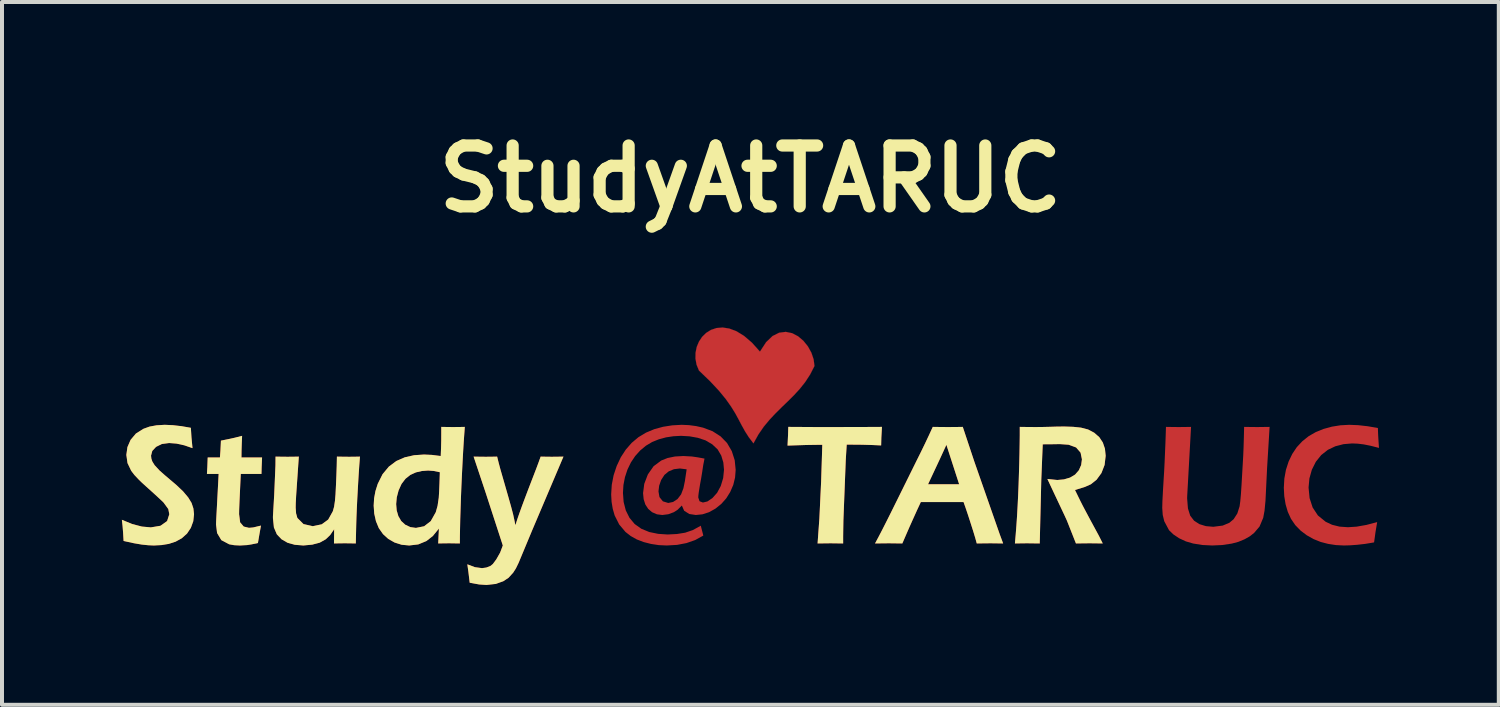
<source format=kicad_pcb>
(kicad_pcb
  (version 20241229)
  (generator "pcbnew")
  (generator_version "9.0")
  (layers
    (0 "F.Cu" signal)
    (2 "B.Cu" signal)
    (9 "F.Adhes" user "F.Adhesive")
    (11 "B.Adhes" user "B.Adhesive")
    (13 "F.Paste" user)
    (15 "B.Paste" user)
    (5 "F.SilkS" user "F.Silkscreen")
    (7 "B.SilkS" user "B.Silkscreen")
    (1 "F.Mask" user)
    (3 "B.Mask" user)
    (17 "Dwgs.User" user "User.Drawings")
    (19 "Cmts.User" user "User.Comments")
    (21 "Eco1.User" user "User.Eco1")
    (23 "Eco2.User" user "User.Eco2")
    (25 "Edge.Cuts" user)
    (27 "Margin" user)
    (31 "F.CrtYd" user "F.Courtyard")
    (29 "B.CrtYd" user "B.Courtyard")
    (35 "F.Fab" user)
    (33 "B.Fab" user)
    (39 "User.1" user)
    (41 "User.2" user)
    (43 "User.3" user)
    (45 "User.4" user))
  (footprint "StudyAtTARUC"
    (layer "F.Cu")
    (at 15.731 8.032)
    (property "Reference" "StudyAtTARUC" (at 0 -6.606 0) (layer "F.SilkS") (effects (font (size 1.524 1.524) (thickness 0.305))))
    (attr smd)
    (fp_poly (pts (xy 1.681 2.519) (xy 1.726 1.895) (xy 1.77 0.965) (xy 1.799 0.051) (xy 1.657 0.051) (xy 1.525 0.053) (xy 1.399 0.055) (xy 0.929 0.07) (xy 0.942 -0.201) (xy 0.948 -0.398) (xy 1.184 -0.397) (xy 1.424 -0.395) (xy 1.669 -0.394) (xy 1.919 -0.394) (xy 2.173 -0.394) (xy 2.902 -0.396) (xy 3.292 -0.398) (xy 3.277 -0.132) (xy 3.272 0.066) (xy 3.03 0.055) (xy 2.795 0.048) (xy 2.567 0.046) (xy 2.41 0.046) (xy 2.386 0.437) (xy 2.327 1.942) (xy 2.323 2.194) (xy 2.321 2.353) (xy 2.321 2.519) (xy 2.012 2.515) (xy 1.904 2.516) (xy 1.681 2.519) (xy 1.681 2.519)) (stroke (width 0) (type solid)) (fill yes) (layer "F.Cu"))
    (fp_poly (pts (xy -12.249 2.072) (xy -12.28 2.24) (xy -12.326 2.508) (xy -12.478 2.541) (xy -12.594 2.56) (xy -12.777 2.57) (xy -12.92 2.563) (xy -13.047 2.54) (xy -13.242 2.436) (xy -13.348 2.258) (xy -13.374 2.047) (xy -13.372 1.972) (xy -13.367 1.873) (xy -13.356 1.668) (xy -13.309 0.779) (xy -13.602 0.779) (xy -13.592 0.612) (xy -13.583 0.367) (xy -13.277 0.367) (xy -13.264 0.2) (xy -13.252 -0.054) (xy -13.013 -0.103) (xy -12.902 -0.128) (xy -12.722 -0.174) (xy -12.73 0.014) (xy -12.736 0.195) (xy -12.738 0.367) (xy -12.222 0.367) (xy -12.233 0.614) (xy -12.237 0.779) (xy -12.755 0.779) (xy -12.773 1.168) (xy -12.787 1.466) (xy -12.795 1.672) (xy -12.797 1.786) (xy -12.771 1.991) (xy -12.681 2.096) (xy -12.551 2.128) (xy -12.446 2.119) (xy -12.249 2.072) (xy -12.249 2.072)) (stroke (width 0) (type solid)) (fill yes) (layer "F.Cu"))
    (fp_poly (pts (xy 3.119 2.519) (xy 3.207 2.354) (xy 4.446 1.038) (xy 5.224 1.038) (xy 4.905 0.051) (xy 4.74 0.41) (xy 4.446 1.038) (xy 3.207 2.354) (xy 3.3 2.175) (xy 3.399 1.98) (xy 3.504 1.771) (xy 3.615 1.547) (xy 4.149 0.467) (xy 4.269 0.226) (xy 4.378 0.001) (xy 4.476 -0.207) (xy 4.564 -0.398) (xy 4.789 -0.395) (xy 4.937 -0.394) (xy 5.128 -0.395) (xy 5.315 -0.398) (xy 5.606 0.476) (xy 6.238 2.284) (xy 6.325 2.519) (xy 6.02 2.515) (xy 5.879 2.516) (xy 5.665 2.519) (xy 5.626 2.378) (xy 5.574 2.207) (xy 5.51 2.006) (xy 5.445 1.805) (xy 5.386 1.63) (xy 5.334 1.483) (xy 4.265 1.483) (xy 4.17 1.687) (xy 4.077 1.893) (xy 3.984 2.1) (xy 3.893 2.309) (xy 3.802 2.519) (xy 3.471 2.515) (xy 3.336 2.516) (xy 3.119 2.519) (xy 3.119 2.519)) (stroke (width 0) (type solid)) (fill yes) (layer "F.Cu"))
    (fp_poly (pts (xy -7.026 3.502) (xy -7.059 3.226) (xy -7.085 3.041) (xy -6.895 3.113) (xy -6.717 3.137) (xy -6.609 3.122) (xy -6.508 3.083) (xy -6.447 3.034) (xy -6.36 2.917) (xy -6.264 2.748) (xy -6.197 2.57) (xy -6.62 1.269) (xy -6.928 0.346) (xy -6.745 0.349) (xy -6.622 0.35) (xy -6.497 0.349) (xy -6.339 0.346) (xy -6.298 0.511) (xy -6.26 0.653) (xy -6.067 1.324) (xy -5.99 1.596) (xy -5.939 1.79) (xy -5.913 1.909) (xy -5.882 2.062) (xy -5.825 1.885) (xy -5.776 1.745) (xy -5.717 1.581) (xy -5.643 1.383) (xy -5.555 1.151) (xy -5.358 0.64) (xy -5.305 0.498) (xy -5.25 0.346) (xy -5.089 0.349) (xy -4.972 0.35) (xy -4.855 0.349) (xy -4.679 0.346) (xy -5.462 2.19) (xy -5.801 3.004) (xy -5.87 3.145) (xy -5.937 3.25) (xy -6.053 3.378) (xy -6.183 3.464) (xy -6.372 3.532) (xy -6.605 3.558) (xy -6.792 3.545) (xy -7.026 3.502) (xy -7.026 3.502)) (stroke (width 0) (type solid)) (fill yes) (layer "F.Cu"))
    (fp_poly (pts (xy 0.239 -2.282) (xy 0.392 -2.517) (xy 0.554 -2.672) (xy 0.72 -2.755) (xy 0.885 -2.776) (xy 1.045 -2.743) (xy 1.193 -2.665) (xy 1.326 -2.552) (xy 1.439 -2.412) (xy 1.526 -2.254) (xy 1.582 -2.088) (xy 1.603 -1.922) (xy 1.494 -1.709) (xy 1.37 -1.519) (xy 1.234 -1.348) (xy 1.088 -1.189) (xy 0.936 -1.038) (xy 0.782 -0.89) (xy 0.628 -0.737) (xy 0.477 -0.576) (xy 0.332 -0.401) (xy 0.198 -0.206) (xy 0.076 0.014) (xy -0.043 -0.143) (xy -0.137 -0.291) (xy -0.218 -0.437) (xy -0.296 -0.585) (xy -0.381 -0.741) (xy -0.485 -0.909) (xy -0.616 -1.094) (xy -0.787 -1.303) (xy -1.008 -1.539) (xy -1.288 -1.809) (xy -1.348 -1.955) (xy -1.375 -2.105) (xy -1.373 -2.254) (xy -1.344 -2.398) (xy -1.288 -2.532) (xy -1.209 -2.651) (xy -1.108 -2.75) (xy -0.988 -2.825) (xy -0.849 -2.872) (xy -0.695 -2.885) (xy -0.528 -2.859) (xy -0.348 -2.791) (xy -0.159 -2.675) (xy 0.037 -2.507) (xy 0.239 -2.282)) (stroke (width 0.003) (type solid)) (fill yes) (layer "F.Cu"))
    (fp_poly (pts (xy -9.876 2.519) (xy -10.034 2.516) (xy -10.15 2.515) (xy -10.278 2.516) (xy -10.422 2.519) (xy -10.418 2.164) (xy -10.518 2.31) (xy -10.63 2.416) (xy -10.78 2.5) (xy -10.967 2.549) (xy -11.188 2.57) (xy -11.401 2.553) (xy -11.584 2.502) (xy -11.736 2.414) (xy -11.853 2.29) (xy -11.926 2.119) (xy -11.95 1.886) (xy -11.95 1.842) (xy -11.918 1.29) (xy -11.887 0.564) (xy -11.885 0.346) (xy -11.713 0.349) (xy -11.582 0.35) (xy -11.454 0.349) (xy -11.302 0.346) (xy -11.369 1.32) (xy -11.379 1.512) (xy -11.381 1.624) (xy -11.371 1.765) (xy -11.339 1.88) (xy -11.186 2.034) (xy -10.953 2.087) (xy -10.729 2.04) (xy -10.567 1.921) (xy -10.451 1.713) (xy -10.42 1.601) (xy -10.398 1.453) (xy -10.384 1.293) (xy -10.372 1.049) (xy -10.362 0.817) (xy -10.354 0.582) (xy -10.349 0.346) (xy -10.172 0.349) (xy -10.043 0.35) (xy -9.915 0.349) (xy -9.772 0.346) (xy -9.789 0.566) (xy -9.806 0.821) (xy -9.823 1.111) (xy -9.839 1.398) (xy -9.851 1.65) (xy -9.86 1.867) (xy -9.866 2.072) (xy -9.871 2.289) (xy -9.876 2.519) (xy -9.876 2.519)) (stroke (width 0) (type solid)) (fill yes) (layer "F.Cu"))
    (fp_poly (pts (xy 10.4 -0.398) (xy 10.598 -0.395) (xy 10.719 -0.394) (xy 10.848 -0.395) (xy 11.028 -0.398) (xy 10.932 1.326) (xy 10.93 1.391) (xy 10.95 1.643) (xy 11.007 1.824) (xy 11.104 1.95) (xy 11.237 2.036) (xy 11.4 2.086) (xy 11.584 2.102) (xy 11.82 2.072) (xy 11.987 2.002) (xy 12.094 1.912) (xy 12.186 1.769) (xy 12.243 1.589) (xy 12.26 1.463) (xy 12.276 1.287) (xy 12.291 1.061) (xy 12.334 0.318) (xy 12.343 0.094) (xy 12.35 -0.145) (xy 12.356 -0.398) (xy 12.556 -0.395) (xy 12.698 -0.394) (xy 12.994 -0.398) (xy 12.931 0.632) (xy 12.891 1.45) (xy 12.867 1.7) (xy 12.834 1.878) (xy 12.742 2.096) (xy 12.606 2.256) (xy 12.496 2.342) (xy 12.369 2.414) (xy 12.212 2.479) (xy 12.046 2.523) (xy 11.806 2.559) (xy 11.56 2.57) (xy 11.312 2.558) (xy 11.081 2.521) (xy 10.897 2.467) (xy 10.729 2.389) (xy 10.587 2.294) (xy 10.477 2.188) (xy 10.357 1.963) (xy 10.319 1.805) (xy 10.307 1.63) (xy 10.311 1.465) (xy 10.325 1.203) (xy 10.343 0.901) (xy 10.354 0.727) (xy 10.366 0.487) (xy 10.386 0.023) (xy 10.393 -0.178) (xy 10.4 -0.398) (xy 10.4 -0.398)) (stroke (width 0) (type solid)) (fill yes) (layer "F.Cu"))
    (fp_poly (pts (xy 15.686 1.985) (xy 15.644 2.237) (xy 15.609 2.493) (xy 15.387 2.53) (xy 15.184 2.553) (xy 15.005 2.566) (xy 14.853 2.57) (xy 14.653 2.56) (xy 14.458 2.53) (xy 14.27 2.481) (xy 14.092 2.409) (xy 13.925 2.315) (xy 13.77 2.198) (xy 13.636 2.06) (xy 13.529 1.903) (xy 13.449 1.728) (xy 13.394 1.539) (xy 13.361 1.338) (xy 13.35 1.126) (xy 13.363 0.895) (xy 13.403 0.676) (xy 13.47 0.469) (xy 13.561 0.279) (xy 13.675 0.109) (xy 13.813 -0.039) (xy 13.972 -0.166) (xy 14.15 -0.268) (xy 14.345 -0.347) (xy 14.553 -0.404) (xy 14.766 -0.438) (xy 14.985 -0.45) (xy 15.211 -0.441) (xy 15.451 -0.414) (xy 15.704 -0.37) (xy 15.71 -0.208) (xy 15.716 -0.101) (xy 15.731 0.128) (xy 15.52 0.074) (xy 15.349 0.04) (xy 15.2 0.022) (xy 15.058 0.016) (xy 14.845 0.034) (xy 14.64 0.087) (xy 14.452 0.176) (xy 14.286 0.307) (xy 14.151 0.475) (xy 14.051 0.675) (xy 13.99 0.893) (xy 13.969 1.121) (xy 13.995 1.385) (xy 14.071 1.619) (xy 14.203 1.819) (xy 14.396 1.976) (xy 14.558 2.052) (xy 14.744 2.098) (xy 14.953 2.113) (xy 15.17 2.099) (xy 15.415 2.056) (xy 15.686 1.985) (xy 15.686 1.985)) (stroke (width 0) (type solid)) (fill yes) (layer "F.Cu"))
    (fp_poly (pts (xy -15.688 2.457) (xy -15.7 2.254) (xy -15.714 2.077) (xy -15.731 1.927) (xy -15.473 2.033) (xy -15.232 2.096) (xy -15.007 2.117) (xy -14.766 2.077) (xy -14.599 1.959) (xy -14.544 1.788) (xy -14.569 1.658) (xy -14.69 1.493) (xy -14.79 1.398) (xy -14.93 1.269) (xy -15.111 1.106) (xy -15.233 0.995) (xy -15.31 0.92) (xy -15.418 0.805) (xy -15.497 0.702) (xy -15.59 0.508) (xy -15.619 0.303) (xy -15.592 0.108) (xy -15.513 -0.073) (xy -15.38 -0.231) (xy -15.194 -0.349) (xy -15.04 -0.405) (xy -14.861 -0.438) (xy -14.658 -0.45) (xy -14.456 -0.441) (xy -14.238 -0.416) (xy -14.004 -0.375) (xy -13.989 -0.136) (xy -13.963 0.134) (xy -14.169 0.063) (xy -14.364 0.02) (xy -14.548 0.006) (xy -14.73 0.03) (xy -14.875 0.102) (xy -14.97 0.204) (xy -15.001 0.322) (xy -14.993 0.395) (xy -14.969 0.467) (xy -14.912 0.559) (xy -14.79 0.692) (xy -14.652 0.814) (xy -14.37 1.053) (xy -14.199 1.215) (xy -14.071 1.367) (xy -13.986 1.506) (xy -13.941 1.643) (xy -13.925 1.788) (xy -13.944 1.963) (xy -14.004 2.128) (xy -14.1 2.272) (xy -14.231 2.389) (xy -14.387 2.475) (xy -14.556 2.53) (xy -14.738 2.56) (xy -14.93 2.57) (xy -15.071 2.564) (xy -15.233 2.547) (xy -15.433 2.513) (xy -15.688 2.457) (xy -15.688 2.457)) (stroke (width 0) (type solid)) (fill yes) (layer "F.Cu"))
    (fp_poly (pts (xy 6.62 2.519) (xy 6.639 2.301) (xy 6.657 2.073) (xy 6.673 1.835) (xy 6.687 1.585) (xy 6.7 1.325) (xy 6.711 1.055) (xy 6.72 0.785) (xy 6.728 0.526) (xy 6.734 0.278) (xy 6.738 0.042) (xy 6.741 -0.184) (xy 6.741 -0.398) (xy 6.965 -0.395) (xy 7.15 -0.394) (xy 7.324 -0.396) (xy 7.495 -0.4) (xy 7.67 -0.405) (xy 7.855 -0.407) (xy 8.078 -0.4) (xy 8.275 -0.379) (xy 8.451 -0.333) (xy 8.606 -0.251) (xy 8.732 -0.14) (xy 8.82 -0.007) (xy 8.873 0.148) (xy 8.891 0.326) (xy 8.864 0.555) (xy 8.785 0.758) (xy 8.663 0.925) (xy 8.521 1.038) (xy 8.362 1.108) (xy 8.123 1.181) (xy 8.261 1.463) (xy 8.319 1.577) (xy 8.404 1.738) (xy 8.515 1.946) (xy 8.72 2.324) (xy 8.818 2.519) (xy 8.612 2.516) (xy 8.49 2.515) (xy 8.356 2.516) (xy 8.147 2.519) (xy 7.922 1.95) (xy 7.857 1.808) (xy 7.779 1.643) (xy 7.534 1.123) (xy 7.432 0.905) (xy 7.68 0.931) (xy 7.847 0.916) (xy 7.999 0.871) (xy 8.126 0.795) (xy 8.22 0.687) (xy 8.278 0.556) (xy 8.297 0.414) (xy 8.263 0.247) (xy 8.151 0.117) (xy 7.962 0.048) (xy 7.743 0.033) (xy 7.576 0.036) (xy 7.316 0.038) (xy 7.28 0.916) (xy 7.241 2.519) (xy 6.926 2.515) (xy 6.812 2.516) (xy 6.62 2.519)) (stroke (width 0) (type solid)) (fill yes) (layer "F.Cu"))
    (fp_poly (pts (xy -7.272 2.519) (xy -7.534 2.515) (xy -7.875 1.737) (xy -7.83 1.578) (xy -7.8 1.374) (xy -7.791 1.229) (xy -7.782 1.016) (xy -7.773 0.737) (xy -7.773 0.737) (xy -7.923 0.705) (xy -8.066 0.694) (xy -8.223 0.706) (xy -8.373 0.741) (xy -8.511 0.804) (xy -8.633 0.901) (xy -8.732 1.031) (xy -8.805 1.192) (xy -8.851 1.366) (xy -8.866 1.534) (xy -8.853 1.691) (xy -8.811 1.835) (xy -8.739 1.958) (xy -8.637 2.051) (xy -8.511 2.11) (xy -8.371 2.13) (xy -8.167 2.089) (xy -8.001 1.961) (xy -7.875 1.737) (xy -7.534 2.515) (xy -7.655 2.516) (xy -7.814 2.519) (xy -7.796 2.147) (xy -7.95 2.335) (xy -8.109 2.459) (xy -8.312 2.543) (xy -8.539 2.57) (xy -8.728 2.552) (xy -8.905 2.496) (xy -9.063 2.406) (xy -9.195 2.286) (xy -9.3 2.137) (xy -9.372 1.963) (xy -9.415 1.772) (xy -9.429 1.572) (xy -9.418 1.387) (xy -9.384 1.206) (xy -9.327 1.027) (xy -9.207 0.786) (xy -9.049 0.596) (xy -8.861 0.455) (xy -8.649 0.363) (xy -8.417 0.311) (xy -8.17 0.294) (xy -7.972 0.303) (xy -7.751 0.331) (xy -7.743 0.142) (xy -7.738 -0.052) (xy -7.737 -0.253) (xy -7.737 -0.398) (xy -7.568 -0.395) (xy -7.444 -0.394) (xy -7.304 -0.395) (xy -7.148 -0.398) (xy -7.162 -0.206) (xy -7.177 0.007) (xy -7.191 0.243) (xy -7.205 0.5) (xy -7.219 0.78) (xy -7.233 1.081) (xy -7.245 1.38) (xy -7.254 1.656) (xy -7.262 1.907) (xy -7.267 2.135) (xy -7.271 2.339) (xy -7.272 2.519) (xy -7.272 2.519)) (stroke (width 0) (type solid)) (fill yes) (layer "F.Cu"))
    (fp_poly (pts (xy -1.149 0.395) (xy -1.596 0.664) (xy -1.766 0.643) (xy -1.914 0.661) (xy -2.045 0.715) (xy -2.152 0.804) (xy -2.234 0.931) (xy -2.284 1.074) (xy -2.301 1.217) (xy -2.276 1.359) (xy -2.191 1.465) (xy -2.057 1.506) (xy -1.936 1.481) (xy -1.825 1.408) (xy -1.735 1.291) (xy -1.677 1.138) (xy -1.64 0.959) (xy -1.596 0.664) (xy -1.596 0.664) (xy -1.149 0.395) (xy -1.181 0.559) (xy -1.208 0.737) (xy -1.234 0.897) (xy -1.261 1.042) (xy -1.293 1.241) (xy -1.303 1.326) (xy -1.305 1.369) (xy -1.273 1.463) (xy -1.189 1.495) (xy -1.076 1.468) (xy -0.952 1.384) (xy -0.834 1.252) (xy -0.742 1.081) (xy -0.682 0.883) (xy -0.661 0.675) (xy -0.678 0.492) (xy -0.73 0.32) (xy -0.821 0.165) (xy -0.956 0.038) (xy -1.124 -0.061) (xy -1.317 -0.125) (xy -1.525 -0.162) (xy -1.738 -0.174) (xy -1.927 -0.164) (xy -2.112 -0.136) (xy -2.29 -0.088) (xy -2.459 -0.02) (xy -2.615 0.073) (xy -2.758 0.192) (xy -2.884 0.332) (xy -2.991 0.492) (xy -3.077 0.67) (xy -3.14 0.861) (xy -3.178 1.056) (xy -3.19 1.256) (xy -3.173 1.481) (xy -3.119 1.692) (xy -3.027 1.877) (xy -2.898 2.032) (xy -2.731 2.151) (xy -2.532 2.233) (xy -2.309 2.279) (xy -2.073 2.295) (xy -1.84 2.283) (xy -1.634 2.25) (xy -1.44 2.184) (xy -1.242 2.075) (xy -1.179 2.322) (xy -1.382 2.434) (xy -1.6 2.51) (xy -1.835 2.555) (xy -2.095 2.57) (xy -2.293 2.561) (xy -2.485 2.532) (xy -2.67 2.485) (xy -2.843 2.419) (xy -2.995 2.334) (xy -3.127 2.231) (xy -3.285 2.043) (xy -3.398 1.818) (xy -3.446 1.651) (xy -3.475 1.476) (xy -3.485 1.292) (xy -3.47 1.05) (xy -3.424 0.813) (xy -3.347 0.581) (xy -3.244 0.362) (xy -3.118 0.169) (xy -2.971 0.001) (xy -2.803 -0.14) (xy -2.614 -0.254) (xy -2.406 -0.341) (xy -2.185 -0.401) (xy -1.956 -0.437) (xy -1.72 -0.45) (xy -1.537 -0.442) (xy -1.358 -0.418) (xy -1.185 -0.379) (xy -0.948 -0.29) (xy -0.747 -0.161) (xy -0.585 0.005) (xy -0.466 0.209) (xy -0.393 0.436) (xy -0.369 0.677) (xy -0.384 0.869) (xy -0.429 1.054) (xy -0.505 1.23) (xy -0.606 1.392) (xy -0.73 1.531) (xy -0.877 1.649) (xy -1.036 1.737) (xy -1.199 1.79) (xy -1.366 1.807) (xy -1.531 1.782) (xy -1.659 1.7) (xy -1.716 1.57) (xy -1.825 1.679) (xy -1.917 1.737) (xy -2.055 1.788) (xy -2.205 1.807) (xy -2.34 1.79) (xy -2.461 1.737) (xy -2.559 1.653) (xy -2.63 1.544) (xy -2.672 1.412) (xy -2.687 1.26) (xy -2.657 1.028) (xy -2.567 0.792) (xy -2.423 0.586) (xy -2.232 0.444) (xy -2.074 0.381) (xy -1.889 0.343) (xy -1.679 0.331) (xy -1.462 0.343) (xy -1.325 0.363) (xy -1.149 0.395) (xy -1.149 0.395)) (stroke (width 0) (type solid)) (fill yes) (layer "F.Cu"))
    (fp_poly (pts (xy 0.239 -2.282) (xy 0.392 -2.517) (xy 0.554 -2.672) (xy 0.72 -2.755) (xy 0.885 -2.776) (xy 1.045 -2.743) (xy 1.193 -2.665) (xy 1.326 -2.552) (xy 1.439 -2.412) (xy 1.526 -2.254) (xy 1.582 -2.088) (xy 1.603 -1.922) (xy 1.494 -1.709) (xy 1.37 -1.519) (xy 1.234 -1.348) (xy 1.088 -1.189) (xy 0.936 -1.038) (xy 0.782 -0.89) (xy 0.628 -0.737) (xy 0.477 -0.576) (xy 0.332 -0.401) (xy 0.198 -0.206) (xy 0.076 0.014) (xy -0.043 -0.143) (xy -0.137 -0.291) (xy -0.218 -0.437) (xy -0.296 -0.585) (xy -0.381 -0.741) (xy -0.485 -0.909) (xy -0.616 -1.094) (xy -0.787 -1.303) (xy -1.008 -1.539) (xy -1.288 -1.809) (xy -1.348 -1.955) (xy -1.375 -2.105) (xy -1.373 -2.254) (xy -1.344 -2.398) (xy -1.288 -2.532) (xy -1.209 -2.651) (xy -1.108 -2.75) (xy -0.988 -2.825) (xy -0.849 -2.872) (xy -0.695 -2.885) (xy -0.528 -2.859) (xy -0.348 -2.791) (xy -0.159 -2.675) (xy 0.037 -2.507) (xy 0.239 -2.282)) (stroke (width 0.003) (type solid)) (fill yes) (layer "F.Mask"))
    (fp_poly (pts (xy 10.4 -0.398) (xy 10.598 -0.395) (xy 10.719 -0.394) (xy 10.848 -0.395) (xy 11.028 -0.398) (xy 10.932 1.326) (xy 10.93 1.391) (xy 10.949 1.643) (xy 11.007 1.824) (xy 11.104 1.95) (xy 11.237 2.036) (xy 11.4 2.086) (xy 11.584 2.102) (xy 11.82 2.072) (xy 11.987 2.002) (xy 12.094 1.912) (xy 12.186 1.769) (xy 12.243 1.589) (xy 12.26 1.463) (xy 12.276 1.287) (xy 12.291 1.061) (xy 12.334 0.318) (xy 12.343 0.094) (xy 12.35 -0.145) (xy 12.356 -0.398) (xy 12.556 -0.395) (xy 12.698 -0.394) (xy 12.994 -0.398) (xy 12.931 0.632) (xy 12.891 1.45) (xy 12.867 1.7) (xy 12.834 1.878) (xy 12.742 2.096) (xy 12.606 2.256) (xy 12.496 2.342) (xy 12.368 2.414) (xy 12.212 2.479) (xy 12.045 2.523) (xy 11.806 2.559) (xy 11.56 2.57) (xy 11.312 2.558) (xy 11.081 2.521) (xy 10.897 2.467) (xy 10.729 2.389) (xy 10.587 2.294) (xy 10.477 2.188) (xy 10.357 1.963) (xy 10.319 1.805) (xy 10.307 1.63) (xy 10.311 1.465) (xy 10.325 1.203) (xy 10.343 0.901) (xy 10.354 0.727) (xy 10.365 0.487) (xy 10.386 0.023) (xy 10.393 -0.178) (xy 10.4 -0.398) (xy 10.4 -0.398)) (stroke (width 0) (type solid)) (fill yes) (layer "F.Mask"))
    (fp_poly (pts (xy 15.686 1.985) (xy 15.644 2.237) (xy 15.609 2.493) (xy 15.387 2.53) (xy 15.184 2.553) (xy 15.005 2.566) (xy 14.853 2.57) (xy 14.653 2.56) (xy 14.458 2.53) (xy 14.27 2.481) (xy 14.092 2.409) (xy 13.925 2.315) (xy 13.77 2.198) (xy 13.636 2.06) (xy 13.529 1.903) (xy 13.449 1.728) (xy 13.394 1.539) (xy 13.361 1.338) (xy 13.35 1.126) (xy 13.363 0.895) (xy 13.403 0.676) (xy 13.47 0.469) (xy 13.561 0.279) (xy 13.675 0.109) (xy 13.813 -0.039) (xy 13.972 -0.166) (xy 14.15 -0.268) (xy 14.345 -0.347) (xy 14.553 -0.404) (xy 14.766 -0.438) (xy 14.985 -0.45) (xy 15.211 -0.441) (xy 15.451 -0.414) (xy 15.704 -0.37) (xy 15.71 -0.208) (xy 15.716 -0.101) (xy 15.731 0.128) (xy 15.52 0.074) (xy 15.349 0.04) (xy 15.2 0.022) (xy 15.058 0.016) (xy 14.845 0.034) (xy 14.64 0.087) (xy 14.452 0.176) (xy 14.286 0.307) (xy 14.151 0.475) (xy 14.051 0.675) (xy 13.99 0.893) (xy 13.969 1.121) (xy 13.995 1.385) (xy 14.071 1.619) (xy 14.203 1.819) (xy 14.396 1.976) (xy 14.558 2.052) (xy 14.744 2.098) (xy 14.953 2.113) (xy 15.17 2.099) (xy 15.415 2.056) (xy 15.686 1.985) (xy 15.686 1.985)) (stroke (width 0) (type solid)) (fill yes) (layer "F.Mask"))
    (fp_poly (pts (xy -1.149 0.395) (xy -1.596 0.664) (xy -1.766 0.642) (xy -1.914 0.661) (xy -2.045 0.715) (xy -2.152 0.804) (xy -2.234 0.931) (xy -2.284 1.074) (xy -2.301 1.217) (xy -2.276 1.358) (xy -2.191 1.465) (xy -2.057 1.506) (xy -1.936 1.481) (xy -1.825 1.407) (xy -1.735 1.291) (xy -1.677 1.138) (xy -1.64 0.959) (xy -1.596 0.664) (xy -1.596 0.664) (xy -1.149 0.395) (xy -1.181 0.559) (xy -1.208 0.737) (xy -1.234 0.897) (xy -1.261 1.042) (xy -1.293 1.241) (xy -1.303 1.326) (xy -1.305 1.369) (xy -1.273 1.463) (xy -1.189 1.495) (xy -1.076 1.468) (xy -0.952 1.384) (xy -0.834 1.252) (xy -0.742 1.081) (xy -0.682 0.883) (xy -0.661 0.675) (xy -0.678 0.492) (xy -0.73 0.32) (xy -0.821 0.165) (xy -0.956 0.038) (xy -1.124 -0.061) (xy -1.317 -0.125) (xy -1.525 -0.161) (xy -1.738 -0.174) (xy -1.927 -0.164) (xy -2.112 -0.136) (xy -2.29 -0.088) (xy -2.459 -0.02) (xy -2.615 0.073) (xy -2.758 0.192) (xy -2.884 0.332) (xy -2.991 0.492) (xy -3.077 0.67) (xy -3.14 0.861) (xy -3.178 1.056) (xy -3.19 1.256) (xy -3.173 1.481) (xy -3.119 1.692) (xy -3.027 1.877) (xy -2.898 2.032) (xy -2.731 2.151) (xy -2.532 2.233) (xy -2.309 2.279) (xy -2.073 2.295) (xy -1.84 2.283) (xy -1.634 2.25) (xy -1.44 2.184) (xy -1.242 2.075) (xy -1.179 2.322) (xy -1.382 2.434) (xy -1.6 2.511) (xy -1.835 2.555) (xy -2.095 2.57) (xy -2.293 2.561) (xy -2.485 2.532) (xy -2.67 2.485) (xy -2.843 2.419) (xy -2.995 2.334) (xy -3.127 2.231) (xy -3.285 2.043) (xy -3.398 1.818) (xy -3.446 1.651) (xy -3.475 1.476) (xy -3.485 1.292) (xy -3.47 1.05) (xy -3.424 0.813) (xy -3.347 0.581) (xy -3.244 0.362) (xy -3.118 0.169) (xy -2.971 0.002) (xy -2.803 -0.14) (xy -2.614 -0.254) (xy -2.406 -0.34) (xy -2.185 -0.401) (xy -1.956 -0.437) (xy -1.72 -0.449) (xy -1.537 -0.442) (xy -1.358 -0.418) (xy -1.185 -0.379) (xy -0.948 -0.29) (xy -0.747 -0.161) (xy -0.585 0.005) (xy -0.466 0.209) (xy -0.393 0.436) (xy -0.369 0.677) (xy -0.384 0.869) (xy -0.429 1.054) (xy -0.505 1.23) (xy -0.606 1.392) (xy -0.73 1.532) (xy -0.877 1.649) (xy -1.036 1.737) (xy -1.199 1.79) (xy -1.366 1.807) (xy -1.531 1.782) (xy -1.659 1.701) (xy -1.716 1.57) (xy -1.825 1.679) (xy -1.917 1.737) (xy -2.055 1.788) (xy -2.205 1.807) (xy -2.34 1.79) (xy -2.461 1.737) (xy -2.559 1.653) (xy -2.63 1.544) (xy -2.672 1.412) (xy -2.687 1.26) (xy -2.657 1.028) (xy -2.567 0.792) (xy -2.423 0.586) (xy -2.232 0.444) (xy -2.074 0.381) (xy -1.889 0.343) (xy -1.679 0.33) (xy -1.462 0.343) (xy -1.325 0.362) (xy -1.149 0.395) (xy -1.149 0.395)) (stroke (width 0) (type solid)) (fill yes) (layer "F.Mask"))
    (fp_poly (pts (xy 1.681 2.519) (xy 1.726 1.895) (xy 1.77 0.965) (xy 1.799 0.051) (xy 1.657 0.051) (xy 1.525 0.053) (xy 1.399 0.055) (xy 0.929 0.07) (xy 0.942 -0.201) (xy 0.948 -0.398) (xy 1.184 -0.397) (xy 1.424 -0.395) (xy 1.669 -0.394) (xy 1.919 -0.394) (xy 2.173 -0.394) (xy 2.902 -0.396) (xy 3.292 -0.398) (xy 3.277 -0.132) (xy 3.272 0.066) (xy 3.03 0.055) (xy 2.795 0.048) (xy 2.567 0.046) (xy 2.41 0.046) (xy 2.386 0.437) (xy 2.327 1.942) (xy 2.323 2.194) (xy 2.321 2.353) (xy 2.321 2.519) (xy 2.012 2.515) (xy 1.904 2.516) (xy 1.681 2.519) (xy 1.681 2.519)) (stroke (width 0) (type solid)) (fill yes) (layer "F.SilkS"))
    (fp_poly (pts (xy -12.249 2.072) (xy -12.28 2.24) (xy -12.326 2.508) (xy -12.478 2.541) (xy -12.594 2.56) (xy -12.777 2.57) (xy -12.92 2.563) (xy -13.047 2.54) (xy -13.242 2.436) (xy -13.348 2.258) (xy -13.374 2.047) (xy -13.372 1.972) (xy -13.367 1.873) (xy -13.356 1.668) (xy -13.309 0.779) (xy -13.602 0.779) (xy -13.592 0.612) (xy -13.583 0.367) (xy -13.277 0.367) (xy -13.264 0.2) (xy -13.252 -0.054) (xy -13.013 -0.103) (xy -12.902 -0.128) (xy -12.722 -0.174) (xy -12.73 0.014) (xy -12.736 0.195) (xy -12.738 0.367) (xy -12.222 0.367) (xy -12.233 0.614) (xy -12.237 0.779) (xy -12.755 0.779) (xy -12.773 1.168) (xy -12.787 1.466) (xy -12.795 1.672) (xy -12.797 1.786) (xy -12.771 1.991) (xy -12.681 2.096) (xy -12.551 2.128) (xy -12.446 2.119) (xy -12.249 2.072) (xy -12.249 2.072)) (stroke (width 0) (type solid)) (fill yes) (layer "F.SilkS"))
    (fp_poly (pts (xy 3.119 2.519) (xy 3.207 2.354) (xy 4.446 1.038) (xy 5.224 1.038) (xy 4.905 0.051) (xy 4.74 0.41) (xy 4.446 1.038) (xy 3.207 2.354) (xy 3.3 2.175) (xy 3.399 1.98) (xy 3.504 1.771) (xy 3.615 1.547) (xy 4.149 0.467) (xy 4.269 0.226) (xy 4.378 0.001) (xy 4.476 -0.207) (xy 4.564 -0.398) (xy 4.789 -0.395) (xy 4.937 -0.394) (xy 5.128 -0.395) (xy 5.315 -0.398) (xy 5.606 0.476) (xy 6.238 2.284) (xy 6.325 2.519) (xy 6.02 2.515) (xy 5.879 2.516) (xy 5.665 2.519) (xy 5.626 2.378) (xy 5.574 2.207) (xy 5.51 2.006) (xy 5.445 1.805) (xy 5.386 1.63) (xy 5.334 1.483) (xy 4.265 1.483) (xy 4.17 1.687) (xy 4.077 1.893) (xy 3.984 2.1) (xy 3.893 2.309) (xy 3.802 2.519) (xy 3.471 2.515) (xy 3.336 2.516) (xy 3.119 2.519) (xy 3.119 2.519)) (stroke (width 0) (type solid)) (fill yes) (layer "F.SilkS"))
    (fp_poly (pts (xy -7.026 3.502) (xy -7.059 3.226) (xy -7.085 3.041) (xy -6.895 3.113) (xy -6.717 3.137) (xy -6.609 3.122) (xy -6.508 3.083) (xy -6.447 3.034) (xy -6.36 2.917) (xy -6.264 2.748) (xy -6.197 2.57) (xy -6.62 1.269) (xy -6.928 0.346) (xy -6.745 0.349) (xy -6.622 0.35) (xy -6.497 0.349) (xy -6.339 0.346) (xy -6.298 0.511) (xy -6.26 0.653) (xy -6.067 1.324) (xy -5.99 1.596) (xy -5.939 1.79) (xy -5.913 1.909) (xy -5.882 2.062) (xy -5.825 1.885) (xy -5.776 1.745) (xy -5.717 1.581) (xy -5.643 1.383) (xy -5.555 1.151) (xy -5.358 0.64) (xy -5.305 0.498) (xy -5.25 0.346) (xy -5.089 0.349) (xy -4.972 0.35) (xy -4.855 0.349) (xy -4.679 0.346) (xy -5.462 2.19) (xy -5.801 3.004) (xy -5.87 3.145) (xy -5.937 3.25) (xy -6.053 3.378) (xy -6.183 3.464) (xy -6.372 3.532) (xy -6.605 3.558) (xy -6.792 3.545) (xy -7.026 3.502) (xy -7.026 3.502)) (stroke (width 0) (type solid)) (fill yes) (layer "F.SilkS"))
    (fp_poly (pts (xy -9.876 2.519) (xy -10.034 2.516) (xy -10.15 2.515) (xy -10.278 2.516) (xy -10.422 2.519) (xy -10.418 2.164) (xy -10.518 2.31) (xy -10.63 2.416) (xy -10.78 2.5) (xy -10.967 2.549) (xy -11.188 2.57) (xy -11.401 2.553) (xy -11.584 2.502) (xy -11.736 2.414) (xy -11.853 2.29) (xy -11.926 2.119) (xy -11.95 1.886) (xy -11.95 1.842) (xy -11.918 1.29) (xy -11.887 0.564) (xy -11.885 0.346) (xy -11.713 0.349) (xy -11.582 0.35) (xy -11.454 0.349) (xy -11.302 0.346) (xy -11.369 1.32) (xy -11.379 1.512) (xy -11.381 1.624) (xy -11.371 1.765) (xy -11.339 1.88) (xy -11.186 2.034) (xy -10.953 2.087) (xy -10.729 2.04) (xy -10.567 1.921) (xy -10.451 1.713) (xy -10.42 1.601) (xy -10.398 1.453) (xy -10.384 1.293) (xy -10.372 1.049) (xy -10.362 0.817) (xy -10.354 0.582) (xy -10.349 0.346) (xy -10.172 0.349) (xy -10.043 0.35) (xy -9.915 0.349) (xy -9.772 0.346) (xy -9.789 0.566) (xy -9.806 0.821) (xy -9.823 1.111) (xy -9.839 1.398) (xy -9.851 1.65) (xy -9.86 1.867) (xy -9.866 2.072) (xy -9.871 2.289) (xy -9.876 2.519) (xy -9.876 2.519)) (stroke (width 0) (type solid)) (fill yes) (layer "F.SilkS"))
    (fp_poly (pts (xy -15.688 2.457) (xy -15.7 2.254) (xy -15.714 2.077) (xy -15.731 1.927) (xy -15.473 2.033) (xy -15.232 2.096) (xy -15.007 2.117) (xy -14.766 2.077) (xy -14.599 1.959) (xy -14.544 1.788) (xy -14.569 1.658) (xy -14.69 1.493) (xy -14.79 1.398) (xy -14.93 1.269) (xy -15.111 1.106) (xy -15.233 0.995) (xy -15.31 0.92) (xy -15.418 0.805) (xy -15.497 0.702) (xy -15.59 0.508) (xy -15.619 0.303) (xy -15.592 0.108) (xy -15.513 -0.073) (xy -15.38 -0.231) (xy -15.194 -0.349) (xy -15.04 -0.405) (xy -14.861 -0.438) (xy -14.658 -0.45) (xy -14.456 -0.441) (xy -14.238 -0.416) (xy -14.004 -0.375) (xy -13.989 -0.136) (xy -13.963 0.134) (xy -14.169 0.063) (xy -14.364 0.02) (xy -14.548 0.006) (xy -14.73 0.03) (xy -14.875 0.102) (xy -14.97 0.204) (xy -15.001 0.322) (xy -14.993 0.395) (xy -14.969 0.467) (xy -14.912 0.559) (xy -14.79 0.692) (xy -14.652 0.814) (xy -14.37 1.053) (xy -14.199 1.215) (xy -14.071 1.367) (xy -13.986 1.506) (xy -13.941 1.643) (xy -13.925 1.788) (xy -13.944 1.963) (xy -14.004 2.128) (xy -14.1 2.272) (xy -14.231 2.389) (xy -14.387 2.475) (xy -14.556 2.53) (xy -14.738 2.56) (xy -14.93 2.57) (xy -15.071 2.564) (xy -15.233 2.547) (xy -15.433 2.513) (xy -15.688 2.457) (xy -15.688 2.457)) (stroke (width 0) (type solid)) (fill yes) (layer "F.SilkS"))
    (fp_poly (pts (xy 6.62 2.519) (xy 6.639 2.301) (xy 6.657 2.073) (xy 6.673 1.835) (xy 6.687 1.585) (xy 6.7 1.325) (xy 6.711 1.055) (xy 6.72 0.785) (xy 6.728 0.526) (xy 6.734 0.278) (xy 6.738 0.042) (xy 6.741 -0.184) (xy 6.741 -0.398) (xy 6.965 -0.395) (xy 7.15 -0.394) (xy 7.324 -0.396) (xy 7.495 -0.4) (xy 7.67 -0.405) (xy 7.855 -0.407) (xy 8.078 -0.4) (xy 8.275 -0.379) (xy 8.451 -0.333) (xy 8.606 -0.251) (xy 8.732 -0.14) (xy 8.82 -0.007) (xy 8.873 0.148) (xy 8.891 0.326) (xy 8.864 0.555) (xy 8.785 0.758) (xy 8.663 0.925) (xy 8.521 1.038) (xy 8.362 1.108) (xy 8.123 1.181) (xy 8.261 1.463) (xy 8.319 1.577) (xy 8.404 1.738) (xy 8.515 1.946) (xy 8.72 2.324) (xy 8.818 2.519) (xy 8.612 2.516) (xy 8.49 2.515) (xy 8.356 2.516) (xy 8.147 2.519) (xy 7.922 1.95) (xy 7.857 1.808) (xy 7.779 1.643) (xy 7.534 1.123) (xy 7.432 0.905) (xy 7.68 0.931) (xy 7.847 0.916) (xy 7.999 0.871) (xy 8.126 0.795) (xy 8.22 0.687) (xy 8.278 0.556) (xy 8.297 0.414) (xy 8.263 0.247) (xy 8.151 0.117) (xy 7.962 0.048) (xy 7.743 0.033) (xy 7.576 0.036) (xy 7.316 0.038) (xy 7.28 0.916) (xy 7.241 2.519) (xy 6.926 2.515) (xy 6.812 2.516) (xy 6.62 2.519)) (stroke (width 0) (type solid)) (fill yes) (layer "F.SilkS"))
    (fp_poly (pts (xy -7.272 2.519) (xy -7.534 2.515) (xy -7.875 1.737) (xy -7.83 1.578) (xy -7.8 1.374) (xy -7.791 1.229) (xy -7.782 1.016) (xy -7.773 0.737) (xy -7.773 0.737) (xy -7.923 0.705) (xy -8.066 0.694) (xy -8.223 0.706) (xy -8.373 0.741) (xy -8.511 0.804) (xy -8.633 0.901) (xy -8.732 1.031) (xy -8.805 1.192) (xy -8.851 1.366) (xy -8.866 1.534) (xy -8.853 1.691) (xy -8.811 1.835) (xy -8.739 1.958) (xy -8.637 2.051) (xy -8.511 2.11) (xy -8.371 2.13) (xy -8.167 2.089) (xy -8.001 1.961) (xy -7.875 1.737) (xy -7.534 2.515) (xy -7.655 2.516) (xy -7.814 2.519) (xy -7.796 2.147) (xy -7.95 2.335) (xy -8.109 2.459) (xy -8.312 2.543) (xy -8.539 2.57) (xy -8.728 2.552) (xy -8.905 2.496) (xy -9.063 2.406) (xy -9.195 2.286) (xy -9.3 2.137) (xy -9.372 1.963) (xy -9.415 1.772) (xy -9.429 1.572) (xy -9.418 1.387) (xy -9.384 1.206) (xy -9.327 1.027) (xy -9.207 0.786) (xy -9.049 0.596) (xy -8.861 0.455) (xy -8.649 0.363) (xy -8.417 0.311) (xy -8.17 0.294) (xy -7.972 0.303) (xy -7.751 0.331) (xy -7.743 0.142) (xy -7.738 -0.052) (xy -7.737 -0.253) (xy -7.737 -0.398) (xy -7.568 -0.395) (xy -7.444 -0.394) (xy -7.304 -0.395) (xy -7.148 -0.398) (xy -7.162 -0.206) (xy -7.177 0.007) (xy -7.191 0.243) (xy -7.205 0.5) (xy -7.219 0.78) (xy -7.233 1.081) (xy -7.245 1.38) (xy -7.254 1.656) (xy -7.262 1.907) (xy -7.267 2.135) (xy -7.271 2.339) (xy -7.272 2.519) (xy -7.272 2.519)) (stroke (width 0) (type solid)) (fill yes) (layer "F.SilkS")))
  (gr_rect
    (start -3 -3)
    (end 34.461 14.59)
    (stroke (width 0.1) (type default))
    (fill no)
    (layer "Edge.Cuts")))
</source>
